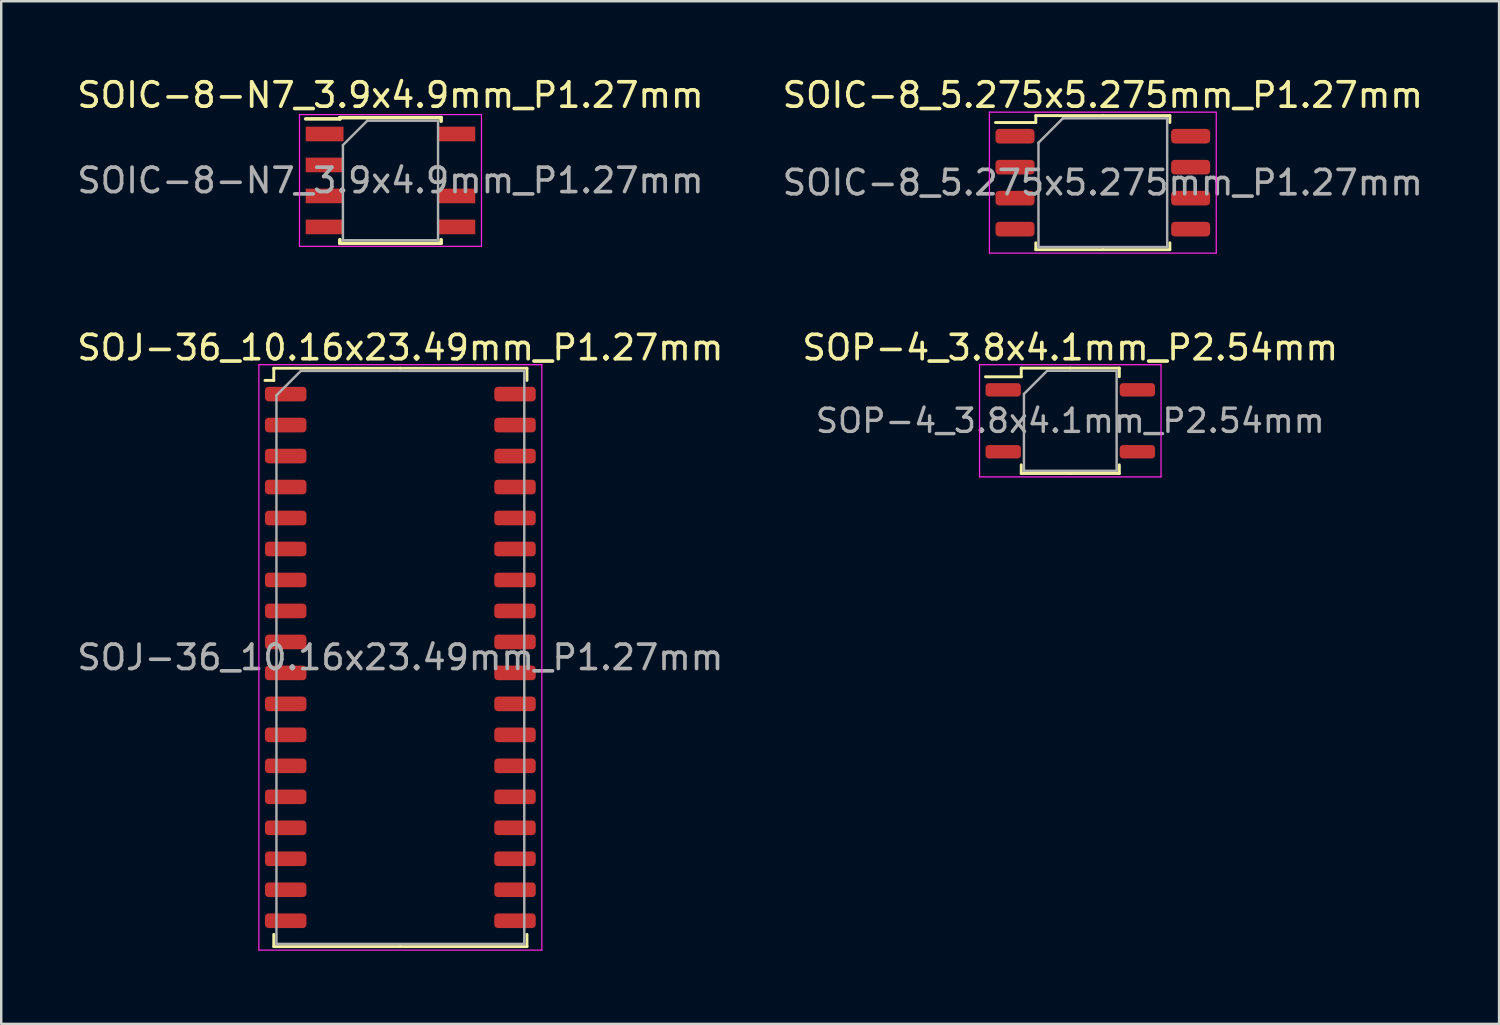
<source format=kicad_pcb>
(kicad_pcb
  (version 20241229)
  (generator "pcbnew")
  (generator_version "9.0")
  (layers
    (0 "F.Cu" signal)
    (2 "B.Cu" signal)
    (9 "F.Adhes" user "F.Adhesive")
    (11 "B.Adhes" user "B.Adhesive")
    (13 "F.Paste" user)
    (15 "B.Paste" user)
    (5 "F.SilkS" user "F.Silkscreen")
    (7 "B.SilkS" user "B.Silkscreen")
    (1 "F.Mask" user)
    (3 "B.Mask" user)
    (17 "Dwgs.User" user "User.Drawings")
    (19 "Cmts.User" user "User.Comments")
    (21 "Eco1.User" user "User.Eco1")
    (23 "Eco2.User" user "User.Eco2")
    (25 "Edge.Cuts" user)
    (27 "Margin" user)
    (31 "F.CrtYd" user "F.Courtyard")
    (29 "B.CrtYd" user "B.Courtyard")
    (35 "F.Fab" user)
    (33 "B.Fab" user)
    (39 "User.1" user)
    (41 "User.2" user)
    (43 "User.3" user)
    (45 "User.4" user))
  (footprint "SOJ-36_10.16x23.49mm_P1.27mm"
    (layer "F.Cu")
    (at 13.363 23.901)
    (property "Reference" "SOJ-36_10.16x23.49mm_P1.27mm" (at 0 -12.7 0) (layer "F.SilkS") (effects (font (size 1 1) (thickness 0.15))))
    (attr smd)
    (fp_line (start -5.19 -11.855) (end -5.19 -11.355) (stroke (width 0.12) (type solid)) (layer "F.SilkS"))
    (fp_line (start -5.19 -11.355) (end -5.55 -11.355) (stroke (width 0.12) (type solid)) (layer "F.SilkS"))
    (fp_line (start -5.19 11.855) (end -5.19 11.355) (stroke (width 0.12) (type solid)) (layer "F.SilkS"))
    (fp_line (start 0 -11.855) (end -5.19 -11.855) (stroke (width 0.12) (type solid)) (layer "F.SilkS"))
    (fp_line (start 0 -11.855) (end 5.19 -11.855) (stroke (width 0.12) (type solid)) (layer "F.SilkS"))
    (fp_line (start 0 11.855) (end -5.19 11.855) (stroke (width 0.12) (type solid)) (layer "F.SilkS"))
    (fp_line (start 0 11.855) (end 5.19 11.855) (stroke (width 0.12) (type solid)) (layer "F.SilkS"))
    (fp_line (start 5.19 -11.855) (end 5.19 -11.355) (stroke (width 0.12) (type solid)) (layer "F.SilkS"))
    (fp_line (start 5.19 11.855) (end 5.19 11.355) (stroke (width 0.12) (type solid)) (layer "F.SilkS"))
    (fp_line (start -5.8 -12) (end -5.8 12) (stroke (width 0.05) (type solid)) (layer "F.CrtYd"))
    (fp_line (start -5.8 12) (end 5.8 12) (stroke (width 0.05) (type solid)) (layer "F.CrtYd"))
    (fp_line (start 5.8 -12) (end -5.8 -12) (stroke (width 0.05) (type solid)) (layer "F.CrtYd"))
    (fp_line (start 5.8 12) (end 5.8 -12) (stroke (width 0.05) (type solid)) (layer "F.CrtYd"))
    (fp_line (start -5.08 -10.745) (end -4.08 -11.745) (stroke (width 0.1) (type solid)) (layer "F.Fab"))
    (fp_line (start -5.08 11.745) (end -5.08 -10.745) (stroke (width 0.1) (type solid)) (layer "F.Fab"))
    (fp_line (start -4.08 -11.745) (end 5.08 -11.745) (stroke (width 0.1) (type solid)) (layer "F.Fab"))
    (fp_line (start 5.08 -11.745) (end 5.08 11.745) (stroke (width 0.1) (type solid)) (layer "F.Fab"))
    (fp_line (start 5.08 11.745) (end -5.08 11.745) (stroke (width 0.1) (type solid)) (layer "F.Fab"))
    (fp_text user "${REFERENCE}" (at 0 0 0) (layer "F.Fab") (effects (font (size 1 1) (thickness 0.15))))
    (pad "1" smd roundrect (at -4.7 -10.795) (size 1.7 0.6) (layers "F.Cu" "F.Mask" "F.Paste") (roundrect_rratio 0.25))
    (pad "2" smd roundrect (at -4.7 -9.525) (size 1.7 0.6) (layers "F.Cu" "F.Mask" "F.Paste") (roundrect_rratio 0.25))
    (pad "3" smd roundrect (at -4.7 -8.255) (size 1.7 0.6) (layers "F.Cu" "F.Mask" "F.Paste") (roundrect_rratio 0.25))
    (pad "4" smd roundrect (at -4.7 -6.985) (size 1.7 0.6) (layers "F.Cu" "F.Mask" "F.Paste") (roundrect_rratio 0.25))
    (pad "5" smd roundrect (at -4.7 -5.715) (size 1.7 0.6) (layers "F.Cu" "F.Mask" "F.Paste") (roundrect_rratio 0.25))
    (pad "6" smd roundrect (at -4.7 -4.445) (size 1.7 0.6) (layers "F.Cu" "F.Mask" "F.Paste") (roundrect_rratio 0.25))
    (pad "7" smd roundrect (at -4.7 -3.175) (size 1.7 0.6) (layers "F.Cu" "F.Mask" "F.Paste") (roundrect_rratio 0.25))
    (pad "8" smd roundrect (at -4.7 -1.905) (size 1.7 0.6) (layers "F.Cu" "F.Mask" "F.Paste") (roundrect_rratio 0.25))
    (pad "9" smd roundrect (at -4.7 -0.635) (size 1.7 0.6) (layers "F.Cu" "F.Mask" "F.Paste") (roundrect_rratio 0.25))
    (pad "10" smd roundrect (at -4.7 0.635) (size 1.7 0.6) (layers "F.Cu" "F.Mask" "F.Paste") (roundrect_rratio 0.25))
    (pad "11" smd roundrect (at -4.7 1.905) (size 1.7 0.6) (layers "F.Cu" "F.Mask" "F.Paste") (roundrect_rratio 0.25))
    (pad "12" smd roundrect (at -4.7 3.175) (size 1.7 0.6) (layers "F.Cu" "F.Mask" "F.Paste") (roundrect_rratio 0.25))
    (pad "13" smd roundrect (at -4.7 4.445) (size 1.7 0.6) (layers "F.Cu" "F.Mask" "F.Paste") (roundrect_rratio 0.25))
    (pad "14" smd roundrect (at -4.7 5.715) (size 1.7 0.6) (layers "F.Cu" "F.Mask" "F.Paste") (roundrect_rratio 0.25))
    (pad "15" smd roundrect (at -4.7 6.985) (size 1.7 0.6) (layers "F.Cu" "F.Mask" "F.Paste") (roundrect_rratio 0.25))
    (pad "16" smd roundrect (at -4.7 8.255) (size 1.7 0.6) (layers "F.Cu" "F.Mask" "F.Paste") (roundrect_rratio 0.25))
    (pad "17" smd roundrect (at -4.7 9.525) (size 1.7 0.6) (layers "F.Cu" "F.Mask" "F.Paste") (roundrect_rratio 0.25))
    (pad "18" smd roundrect (at -4.7 10.795) (size 1.7 0.6) (layers "F.Cu" "F.Mask" "F.Paste") (roundrect_rratio 0.25))
    (pad "19" smd roundrect (at 4.7 10.795) (size 1.7 0.6) (layers "F.Cu" "F.Mask" "F.Paste") (roundrect_rratio 0.25))
    (pad "20" smd roundrect (at 4.7 9.525) (size 1.7 0.6) (layers "F.Cu" "F.Mask" "F.Paste") (roundrect_rratio 0.25))
    (pad "21" smd roundrect (at 4.7 8.255) (size 1.7 0.6) (layers "F.Cu" "F.Mask" "F.Paste") (roundrect_rratio 0.25))
    (pad "22" smd roundrect (at 4.7 6.985) (size 1.7 0.6) (layers "F.Cu" "F.Mask" "F.Paste") (roundrect_rratio 0.25))
    (pad "23" smd roundrect (at 4.7 5.715) (size 1.7 0.6) (layers "F.Cu" "F.Mask" "F.Paste") (roundrect_rratio 0.25))
    (pad "24" smd roundrect (at 4.7 4.445) (size 1.7 0.6) (layers "F.Cu" "F.Mask" "F.Paste") (roundrect_rratio 0.25))
    (pad "25" smd roundrect (at 4.7 3.175) (size 1.7 0.6) (layers "F.Cu" "F.Mask" "F.Paste") (roundrect_rratio 0.25))
    (pad "26" smd roundrect (at 4.7 1.905) (size 1.7 0.6) (layers "F.Cu" "F.Mask" "F.Paste") (roundrect_rratio 0.25))
    (pad "27" smd roundrect (at 4.7 0.635) (size 1.7 0.6) (layers "F.Cu" "F.Mask" "F.Paste") (roundrect_rratio 0.25))
    (pad "28" smd roundrect (at 4.7 -0.635) (size 1.7 0.6) (layers "F.Cu" "F.Mask" "F.Paste") (roundrect_rratio 0.25))
    (pad "29" smd roundrect (at 4.7 -1.905) (size 1.7 0.6) (layers "F.Cu" "F.Mask" "F.Paste") (roundrect_rratio 0.25))
    (pad "30" smd roundrect (at 4.7 -3.175) (size 1.7 0.6) (layers "F.Cu" "F.Mask" "F.Paste") (roundrect_rratio 0.25))
    (pad "31" smd roundrect (at 4.7 -4.445) (size 1.7 0.6) (layers "F.Cu" "F.Mask" "F.Paste") (roundrect_rratio 0.25))
    (pad "32" smd roundrect (at 4.7 -5.715) (size 1.7 0.6) (layers "F.Cu" "F.Mask" "F.Paste") (roundrect_rratio 0.25))
    (pad "33" smd roundrect (at 4.7 -6.985) (size 1.7 0.6) (layers "F.Cu" "F.Mask" "F.Paste") (roundrect_rratio 0.25))
    (pad "34" smd roundrect (at 4.7 -8.255) (size 1.7 0.6) (layers "F.Cu" "F.Mask" "F.Paste") (roundrect_rratio 0.25))
    (pad "35" smd roundrect (at 4.7 -9.525) (size 1.7 0.6) (layers "F.Cu" "F.Mask" "F.Paste") (roundrect_rratio 0.25))
    (pad "36" smd roundrect (at 4.7 -10.795) (size 1.7 0.6) (layers "F.Cu" "F.Mask" "F.Paste") (roundrect_rratio 0.25)))
  (footprint "SOIC-8-N7_3.9x4.9mm_P1.27mm"
    (layer "F.Cu")
    (at 12.958 4.348)
    (property "Reference" "SOIC-8-N7_3.9x4.9mm_P1.27mm" (at 0 -3.5 0) (layer "F.SilkS") (effects (font (size 1 1) (thickness 0.15))))
    (attr smd)
    (fp_line (start -2.075 -2.575) (end -2.075 -2.525) (stroke (width 0.15) (type solid)) (layer "F.SilkS"))
    (fp_line (start -2.075 -2.575) (end 2.075 -2.575) (stroke (width 0.15) (type solid)) (layer "F.SilkS"))
    (fp_line (start -2.075 -2.525) (end -3.475 -2.525) (stroke (width 0.15) (type solid)) (layer "F.SilkS"))
    (fp_line (start -2.075 2.575) (end -2.075 2.43) (stroke (width 0.15) (type solid)) (layer "F.SilkS"))
    (fp_line (start -2.075 2.575) (end 2.075 2.575) (stroke (width 0.15) (type solid)) (layer "F.SilkS"))
    (fp_line (start 2.075 -2.575) (end 2.075 -2.43) (stroke (width 0.15) (type solid)) (layer "F.SilkS"))
    (fp_line (start 2.075 2.575) (end 2.075 2.43) (stroke (width 0.15) (type solid)) (layer "F.SilkS"))
    (fp_line (start -3.73 -2.7) (end -3.73 2.7) (stroke (width 0.05) (type solid)) (layer "F.CrtYd"))
    (fp_line (start -3.73 -2.7) (end 3.73 -2.7) (stroke (width 0.05) (type solid)) (layer "F.CrtYd"))
    (fp_line (start -3.73 2.7) (end 3.73 2.7) (stroke (width 0.05) (type solid)) (layer "F.CrtYd"))
    (fp_line (start 3.73 -2.7) (end 3.73 2.7) (stroke (width 0.05) (type solid)) (layer "F.CrtYd"))
    (fp_line (start -1.95 -1.45) (end -0.95 -2.45) (stroke (width 0.1) (type solid)) (layer "F.Fab"))
    (fp_line (start -1.95 2.45) (end -1.95 -1.45) (stroke (width 0.1) (type solid)) (layer "F.Fab"))
    (fp_line (start -0.95 -2.45) (end 1.95 -2.45) (stroke (width 0.1) (type solid)) (layer "F.Fab"))
    (fp_line (start 1.95 -2.45) (end 1.95 2.45) (stroke (width 0.1) (type solid)) (layer "F.Fab"))
    (fp_line (start 1.95 2.45) (end -1.95 2.45) (stroke (width 0.1) (type solid)) (layer "F.Fab"))
    (fp_text user "${REFERENCE}" (at 0 0 0) (layer "F.Fab") (effects (font (size 1 1) (thickness 0.15))))
    (pad "1" smd rect (at -2.7 -1.905) (size 1.55 0.6) (layers "F.Cu" "F.Mask" "F.Paste"))
    (pad "2" smd rect (at -2.7 -0.635) (size 1.55 0.6) (layers "F.Cu" "F.Mask" "F.Paste"))
    (pad "3" smd rect (at -2.7 0.635) (size 1.55 0.6) (layers "F.Cu" "F.Mask" "F.Paste"))
    (pad "4" smd rect (at -2.7 1.905) (size 1.55 0.6) (layers "F.Cu" "F.Mask" "F.Paste"))
    (pad "5" smd rect (at 2.7 1.905) (size 1.55 0.6) (layers "F.Cu" "F.Mask" "F.Paste"))
    (pad "6" smd rect (at 2.7 0.635) (size 1.55 0.6) (layers "F.Cu" "F.Mask" "F.Paste"))
    (pad "8" smd rect (at 2.7 -1.905) (size 1.55 0.6) (layers "F.Cu" "F.Mask" "F.Paste")))
  (footprint "SOP-4_3.8x4.1mm_P2.54mm"
    (layer "F.Cu")
    (at 40.827 14.201)
    (property "Reference" "SOP-4_3.8x4.1mm_P2.54mm" (at 0 -3 0) (layer "F.SilkS") (effects (font (size 1 1) (thickness 0.15))))
    (attr smd)
    (fp_line (start -2.01 -2.16) (end -2.01 -1.805) (stroke (width 0.12) (type solid)) (layer "F.SilkS"))
    (fp_line (start -2.01 -1.805) (end -3.475 -1.805) (stroke (width 0.12) (type solid)) (layer "F.SilkS"))
    (fp_line (start -2.01 2.16) (end -2.01 1.805) (stroke (width 0.12) (type solid)) (layer "F.SilkS"))
    (fp_line (start 0 -2.16) (end -2.01 -2.16) (stroke (width 0.12) (type solid)) (layer "F.SilkS"))
    (fp_line (start 0 -2.16) (end 2.01 -2.16) (stroke (width 0.12) (type solid)) (layer "F.SilkS"))
    (fp_line (start 0 2.16) (end -2.01 2.16) (stroke (width 0.12) (type solid)) (layer "F.SilkS"))
    (fp_line (start 0 2.16) (end 2.01 2.16) (stroke (width 0.12) (type solid)) (layer "F.SilkS"))
    (fp_line (start 2.01 -2.16) (end 2.01 -1.805) (stroke (width 0.12) (type solid)) (layer "F.SilkS"))
    (fp_line (start 2.01 2.16) (end 2.01 1.805) (stroke (width 0.12) (type solid)) (layer "F.SilkS"))
    (fp_line (start -3.72 -2.3) (end -3.72 2.3) (stroke (width 0.05) (type solid)) (layer "F.CrtYd"))
    (fp_line (start -3.72 2.3) (end 3.72 2.3) (stroke (width 0.05) (type solid)) (layer "F.CrtYd"))
    (fp_line (start 3.72 -2.3) (end -3.72 -2.3) (stroke (width 0.05) (type solid)) (layer "F.CrtYd"))
    (fp_line (start 3.72 2.3) (end 3.72 -2.3) (stroke (width 0.05) (type solid)) (layer "F.CrtYd"))
    (fp_line (start -1.9 -1.1) (end -0.95 -2.05) (stroke (width 0.1) (type solid)) (layer "F.Fab"))
    (fp_line (start -1.9 2.05) (end -1.9 -1.1) (stroke (width 0.1) (type solid)) (layer "F.Fab"))
    (fp_line (start -0.95 -2.05) (end 1.9 -2.05) (stroke (width 0.1) (type solid)) (layer "F.Fab"))
    (fp_line (start 1.9 -2.05) (end 1.9 2.05) (stroke (width 0.1) (type solid)) (layer "F.Fab"))
    (fp_line (start 1.9 2.05) (end -1.9 2.05) (stroke (width 0.1) (type solid)) (layer "F.Fab"))
    (fp_text user "${REFERENCE}" (at 0 0 0) (layer "F.Fab") (effects (font (size 0.95 0.95) (thickness 0.14))))
    (pad "1" smd roundrect (at -2.75 -1.27) (size 1.45 0.55) (layers "F.Cu" "F.Mask" "F.Paste") (roundrect_rratio 0.25))
    (pad "2" smd roundrect (at -2.75 1.27) (size 1.45 0.55) (layers "F.Cu" "F.Mask" "F.Paste") (roundrect_rratio 0.25))
    (pad "3" smd roundrect (at 2.75 1.27) (size 1.45 0.55) (layers "F.Cu" "F.Mask" "F.Paste") (roundrect_rratio 0.25))
    (pad "4" smd roundrect (at 2.75 -1.27) (size 1.45 0.55) (layers "F.Cu" "F.Mask" "F.Paste") (roundrect_rratio 0.25)))
  (footprint "SOIC-8_5.275x5.275mm_P1.27mm"
    (layer "F.Cu")
    (at 42.161 4.438)
    (property "Reference" "SOIC-8_5.275x5.275mm_P1.27mm" (at 0 -3.59 0) (layer "F.SilkS") (effects (font (size 1 1) (thickness 0.15))))
    (attr smd)
    (fp_line (start -2.748 -2.748) (end -2.748 -2.465) (stroke (width 0.12) (type solid)) (layer "F.SilkS"))
    (fp_line (start -2.748 -2.465) (end -4.4 -2.465) (stroke (width 0.12) (type solid)) (layer "F.SilkS"))
    (fp_line (start -2.748 2.748) (end -2.748 2.465) (stroke (width 0.12) (type solid)) (layer "F.SilkS"))
    (fp_line (start 0 -2.748) (end -2.748 -2.748) (stroke (width 0.12) (type solid)) (layer "F.SilkS"))
    (fp_line (start 0 -2.748) (end 2.748 -2.748) (stroke (width 0.12) (type solid)) (layer "F.SilkS"))
    (fp_line (start 0 2.748) (end -2.748 2.748) (stroke (width 0.12) (type solid)) (layer "F.SilkS"))
    (fp_line (start 0 2.748) (end 2.748 2.748) (stroke (width 0.12) (type solid)) (layer "F.SilkS"))
    (fp_line (start 2.748 -2.748) (end 2.748 -2.465) (stroke (width 0.12) (type solid)) (layer "F.SilkS"))
    (fp_line (start 2.748 2.748) (end 2.748 2.465) (stroke (width 0.12) (type solid)) (layer "F.SilkS"))
    (fp_line (start -4.65 -2.89) (end -4.65 2.89) (stroke (width 0.05) (type solid)) (layer "F.CrtYd"))
    (fp_line (start -4.65 2.89) (end 4.65 2.89) (stroke (width 0.05) (type solid)) (layer "F.CrtYd"))
    (fp_line (start 4.65 -2.89) (end -4.65 -2.89) (stroke (width 0.05) (type solid)) (layer "F.CrtYd"))
    (fp_line (start 4.65 2.89) (end 4.65 -2.89) (stroke (width 0.05) (type solid)) (layer "F.CrtYd"))
    (fp_line (start -2.638 -1.637) (end -1.637 -2.638) (stroke (width 0.1) (type solid)) (layer "F.Fab"))
    (fp_line (start -2.638 2.638) (end -2.638 -1.637) (stroke (width 0.1) (type solid)) (layer "F.Fab"))
    (fp_line (start -1.637 -2.638) (end 2.638 -2.638) (stroke (width 0.1) (type solid)) (layer "F.Fab"))
    (fp_line (start 2.638 -2.638) (end 2.638 2.638) (stroke (width 0.1) (type solid)) (layer "F.Fab"))
    (fp_line (start 2.638 2.638) (end -2.638 2.638) (stroke (width 0.1) (type solid)) (layer "F.Fab"))
    (fp_text user "${REFERENCE}" (at 0 0 0) (layer "F.Fab") (effects (font (size 1 1) (thickness 0.15))))
    (pad "1" smd roundrect (at -3.6 -1.905) (size 1.6 0.6) (layers "F.Cu" "F.Mask" "F.Paste") (roundrect_rratio 0.25))
    (pad "2" smd roundrect (at -3.6 -0.635) (size 1.6 0.6) (layers "F.Cu" "F.Mask" "F.Paste") (roundrect_rratio 0.25))
    (pad "3" smd roundrect (at -3.6 0.635) (size 1.6 0.6) (layers "F.Cu" "F.Mask" "F.Paste") (roundrect_rratio 0.25))
    (pad "4" smd roundrect (at -3.6 1.905) (size 1.6 0.6) (layers "F.Cu" "F.Mask" "F.Paste") (roundrect_rratio 0.25))
    (pad "5" smd roundrect (at 3.6 1.905) (size 1.6 0.6) (layers "F.Cu" "F.Mask" "F.Paste") (roundrect_rratio 0.25))
    (pad "6" smd roundrect (at 3.6 0.635) (size 1.6 0.6) (layers "F.Cu" "F.Mask" "F.Paste") (roundrect_rratio 0.25))
    (pad "7" smd roundrect (at 3.6 -0.635) (size 1.6 0.6) (layers "F.Cu" "F.Mask" "F.Paste") (roundrect_rratio 0.25))
    (pad "8" smd roundrect (at 3.6 -1.905) (size 1.6 0.6) (layers "F.Cu" "F.Mask" "F.Paste") (roundrect_rratio 0.25)))
  (gr_rect
    (start -3 -3)
    (end 58.405 38.926)
    (stroke (width 0.1) (type default))
    (fill no)
    (layer "Edge.Cuts")))
</source>
